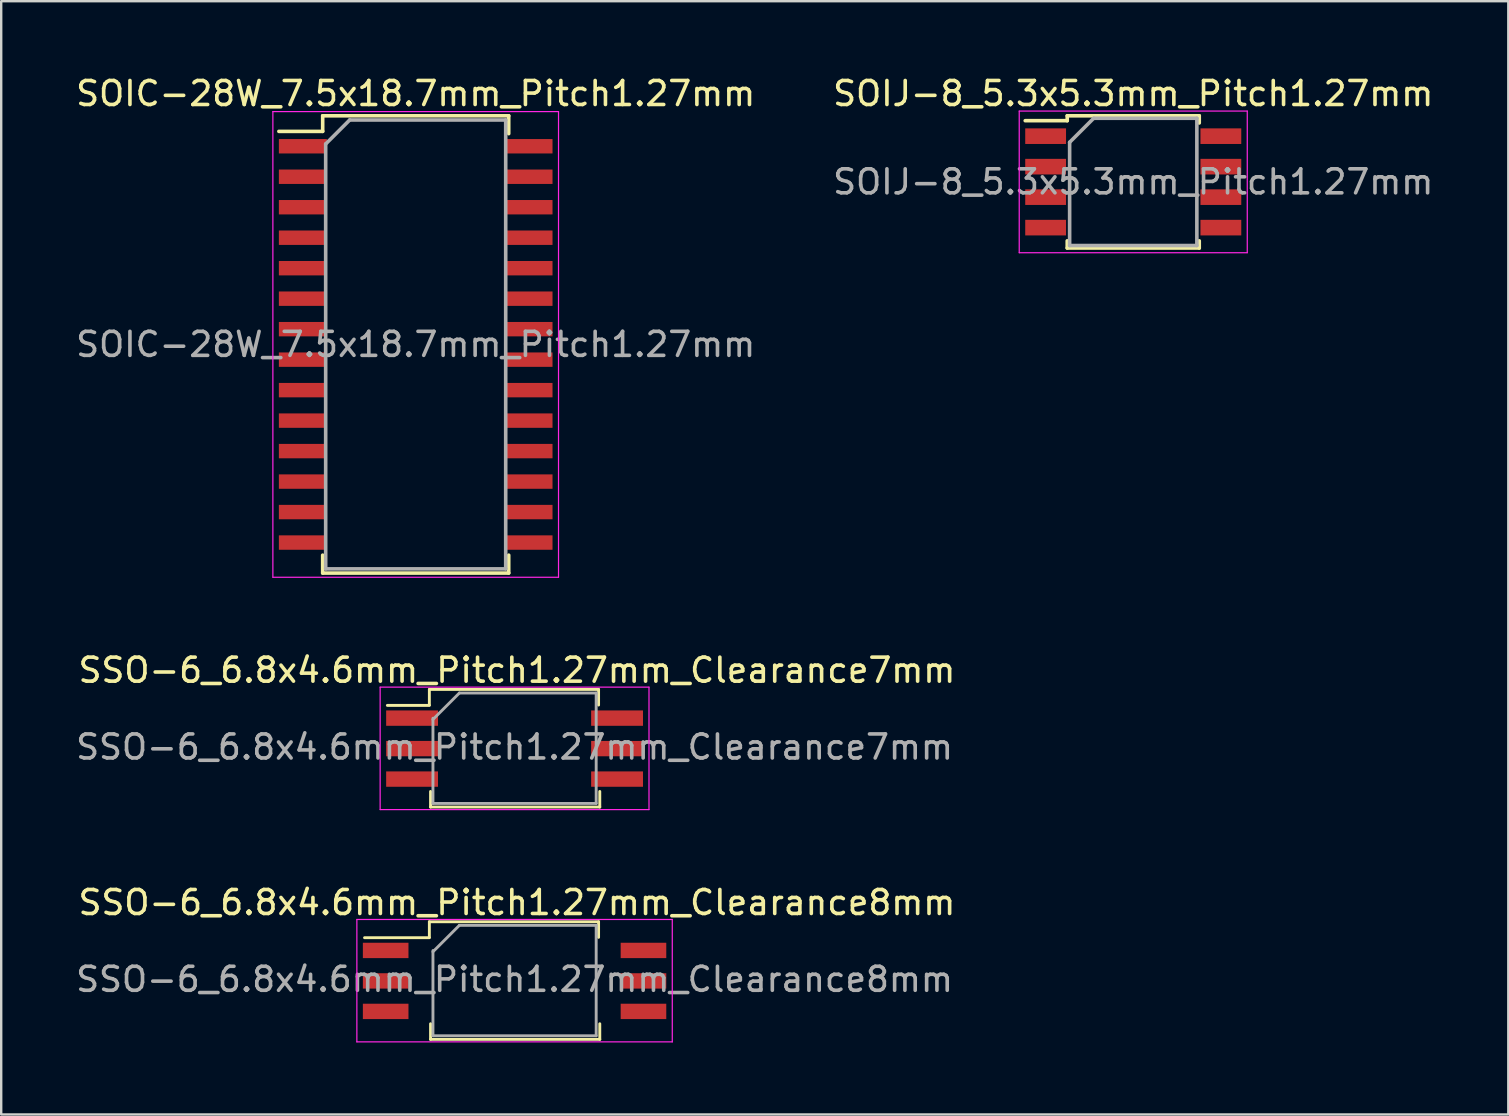
<source format=kicad_pcb>
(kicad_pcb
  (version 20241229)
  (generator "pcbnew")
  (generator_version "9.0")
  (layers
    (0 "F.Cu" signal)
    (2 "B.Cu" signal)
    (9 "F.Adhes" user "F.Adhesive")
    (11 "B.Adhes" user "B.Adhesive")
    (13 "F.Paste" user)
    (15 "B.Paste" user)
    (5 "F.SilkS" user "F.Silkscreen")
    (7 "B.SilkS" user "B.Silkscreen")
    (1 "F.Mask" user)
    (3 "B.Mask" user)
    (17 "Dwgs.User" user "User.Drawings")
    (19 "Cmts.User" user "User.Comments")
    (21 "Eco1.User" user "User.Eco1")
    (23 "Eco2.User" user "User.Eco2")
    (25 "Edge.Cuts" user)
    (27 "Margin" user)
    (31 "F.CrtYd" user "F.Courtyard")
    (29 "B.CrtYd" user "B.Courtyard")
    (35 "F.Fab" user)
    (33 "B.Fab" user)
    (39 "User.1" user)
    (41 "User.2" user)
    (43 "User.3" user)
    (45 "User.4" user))
  (footprint "SOIC-28W_7.5x18.7mm_Pitch1.27mm"
    (layer "F.Cu")
    (at 14.268 11.298)
    (property "Reference" "SOIC-28W_7.5x18.7mm_Pitch1.27mm" (at 0 -10.45 0) (layer "F.SilkS") (effects (font (size 1 1) (thickness 0.15))))
    (attr smd)
    (fp_line (start -3.875 -9.525) (end -3.875 -8.875) (stroke (width 0.15) (type solid)) (layer "F.SilkS"))
    (fp_line (start -3.875 -9.525) (end 3.875 -9.525) (stroke (width 0.15) (type solid)) (layer "F.SilkS"))
    (fp_line (start -3.875 -8.875) (end -5.7 -8.875) (stroke (width 0.15) (type solid)) (layer "F.SilkS"))
    (fp_line (start -3.875 9.525) (end -3.875 8.78) (stroke (width 0.15) (type solid)) (layer "F.SilkS"))
    (fp_line (start -3.875 9.525) (end 3.875 9.525) (stroke (width 0.15) (type solid)) (layer "F.SilkS"))
    (fp_line (start 3.875 -9.525) (end 3.875 -8.78) (stroke (width 0.15) (type solid)) (layer "F.SilkS"))
    (fp_line (start 3.875 9.525) (end 3.875 8.78) (stroke (width 0.15) (type solid)) (layer "F.SilkS"))
    (fp_line (start -5.95 -9.7) (end -5.95 9.7) (stroke (width 0.05) (type solid)) (layer "F.CrtYd"))
    (fp_line (start -5.95 -9.7) (end 5.95 -9.7) (stroke (width 0.05) (type solid)) (layer "F.CrtYd"))
    (fp_line (start -5.95 9.7) (end 5.95 9.7) (stroke (width 0.05) (type solid)) (layer "F.CrtYd"))
    (fp_line (start 5.95 -9.7) (end 5.95 9.7) (stroke (width 0.05) (type solid)) (layer "F.CrtYd"))
    (fp_line (start -3.75 -8.35) (end -2.75 -9.35) (stroke (width 0.15) (type solid)) (layer "F.Fab"))
    (fp_line (start -3.75 9.35) (end -3.75 -8.35) (stroke (width 0.15) (type solid)) (layer "F.Fab"))
    (fp_line (start -2.75 -9.35) (end 3.75 -9.35) (stroke (width 0.15) (type solid)) (layer "F.Fab"))
    (fp_line (start 3.75 -9.35) (end 3.75 9.35) (stroke (width 0.15) (type solid)) (layer "F.Fab"))
    (fp_line (start 3.75 9.35) (end -3.75 9.35) (stroke (width 0.15) (type solid)) (layer "F.Fab"))
    (fp_text user "${REFERENCE}" (at 0 0 0) (layer "F.Fab") (effects (font (size 1 1) (thickness 0.15))))
    (pad "1" smd rect (at -4.7 -8.255) (size 2 0.6) (layers "F.Cu" "F.Mask" "F.Paste"))
    (pad "2" smd rect (at -4.7 -6.985) (size 2 0.6) (layers "F.Cu" "F.Mask" "F.Paste"))
    (pad "3" smd rect (at -4.7 -5.715) (size 2 0.6) (layers "F.Cu" "F.Mask" "F.Paste"))
    (pad "4" smd rect (at -4.7 -4.445) (size 2 0.6) (layers "F.Cu" "F.Mask" "F.Paste"))
    (pad "5" smd rect (at -4.7 -3.175) (size 2 0.6) (layers "F.Cu" "F.Mask" "F.Paste"))
    (pad "6" smd rect (at -4.7 -1.905) (size 2 0.6) (layers "F.Cu" "F.Mask" "F.Paste"))
    (pad "7" smd rect (at -4.7 -0.635) (size 2 0.6) (layers "F.Cu" "F.Mask" "F.Paste"))
    (pad "8" smd rect (at -4.7 0.635) (size 2 0.6) (layers "F.Cu" "F.Mask" "F.Paste"))
    (pad "9" smd rect (at -4.7 1.905) (size 2 0.6) (layers "F.Cu" "F.Mask" "F.Paste"))
    (pad "10" smd rect (at -4.7 3.175) (size 2 0.6) (layers "F.Cu" "F.Mask" "F.Paste"))
    (pad "11" smd rect (at -4.7 4.445) (size 2 0.6) (layers "F.Cu" "F.Mask" "F.Paste"))
    (pad "12" smd rect (at -4.7 5.715) (size 2 0.6) (layers "F.Cu" "F.Mask" "F.Paste"))
    (pad "13" smd rect (at -4.7 6.985) (size 2 0.6) (layers "F.Cu" "F.Mask" "F.Paste"))
    (pad "14" smd rect (at -4.7 8.255) (size 2 0.6) (layers "F.Cu" "F.Mask" "F.Paste"))
    (pad "15" smd rect (at 4.7 8.255) (size 2 0.6) (layers "F.Cu" "F.Mask" "F.Paste"))
    (pad "16" smd rect (at 4.7 6.985) (size 2 0.6) (layers "F.Cu" "F.Mask" "F.Paste"))
    (pad "17" smd rect (at 4.7 5.715) (size 2 0.6) (layers "F.Cu" "F.Mask" "F.Paste"))
    (pad "18" smd rect (at 4.7 4.445) (size 2 0.6) (layers "F.Cu" "F.Mask" "F.Paste"))
    (pad "19" smd rect (at 4.7 3.175) (size 2 0.6) (layers "F.Cu" "F.Mask" "F.Paste"))
    (pad "20" smd rect (at 4.7 1.905) (size 2 0.6) (layers "F.Cu" "F.Mask" "F.Paste"))
    (pad "21" smd rect (at 4.7 0.635) (size 2 0.6) (layers "F.Cu" "F.Mask" "F.Paste"))
    (pad "22" smd rect (at 4.7 -0.635) (size 2 0.6) (layers "F.Cu" "F.Mask" "F.Paste"))
    (pad "23" smd rect (at 4.7 -1.905) (size 2 0.6) (layers "F.Cu" "F.Mask" "F.Paste"))
    (pad "24" smd rect (at 4.7 -3.175) (size 2 0.6) (layers "F.Cu" "F.Mask" "F.Paste"))
    (pad "25" smd rect (at 4.7 -4.445) (size 2 0.6) (layers "F.Cu" "F.Mask" "F.Paste"))
    (pad "26" smd rect (at 4.7 -5.715) (size 2 0.6) (layers "F.Cu" "F.Mask" "F.Paste"))
    (pad "27" smd rect (at 4.7 -6.985) (size 2 0.6) (layers "F.Cu" "F.Mask" "F.Paste"))
    (pad "28" smd rect (at 4.7 -8.255) (size 2 0.6) (layers "F.Cu" "F.Mask" "F.Paste")))
  (footprint "SOIJ-8_5.3x5.3mm_Pitch1.27mm"
    (layer "F.Cu")
    (at 44.161 4.528)
    (property "Reference" "SOIJ-8_5.3x5.3mm_Pitch1.27mm" (at 0 -3.68 0) (layer "F.SilkS") (effects (font (size 1 1) (thickness 0.15))))
    (attr smd)
    (fp_line (start -2.75 -2.755) (end -2.75 -2.55) (stroke (width 0.15) (type solid)) (layer "F.SilkS"))
    (fp_line (start -2.75 -2.755) (end 2.75 -2.755) (stroke (width 0.15) (type solid)) (layer "F.SilkS"))
    (fp_line (start -2.75 -2.55) (end -4.5 -2.55) (stroke (width 0.15) (type solid)) (layer "F.SilkS"))
    (fp_line (start -2.75 2.755) (end -2.75 2.455) (stroke (width 0.15) (type solid)) (layer "F.SilkS"))
    (fp_line (start -2.75 2.755) (end 2.75 2.755) (stroke (width 0.15) (type solid)) (layer "F.SilkS"))
    (fp_line (start 2.75 -2.755) (end 2.75 -2.455) (stroke (width 0.15) (type solid)) (layer "F.SilkS"))
    (fp_line (start 2.75 2.755) (end 2.75 2.455) (stroke (width 0.15) (type solid)) (layer "F.SilkS"))
    (fp_line (start -4.75 -2.95) (end -4.75 2.95) (stroke (width 0.05) (type solid)) (layer "F.CrtYd"))
    (fp_line (start -4.75 -2.95) (end 4.75 -2.95) (stroke (width 0.05) (type solid)) (layer "F.CrtYd"))
    (fp_line (start -4.75 2.95) (end 4.75 2.95) (stroke (width 0.05) (type solid)) (layer "F.CrtYd"))
    (fp_line (start 4.75 -2.95) (end 4.75 2.95) (stroke (width 0.05) (type solid)) (layer "F.CrtYd"))
    (fp_line (start -2.65 -1.65) (end -1.65 -2.65) (stroke (width 0.15) (type solid)) (layer "F.Fab"))
    (fp_line (start -2.65 2.65) (end -2.65 -1.65) (stroke (width 0.15) (type solid)) (layer "F.Fab"))
    (fp_line (start -1.65 -2.65) (end 2.65 -2.65) (stroke (width 0.15) (type solid)) (layer "F.Fab"))
    (fp_line (start 2.65 -2.65) (end 2.65 2.65) (stroke (width 0.15) (type solid)) (layer "F.Fab"))
    (fp_line (start 2.65 2.65) (end -2.65 2.65) (stroke (width 0.15) (type solid)) (layer "F.Fab"))
    (fp_text user "${REFERENCE}" (at 0 0 0) (layer "F.Fab") (effects (font (size 1 1) (thickness 0.15))))
    (pad "1" smd rect (at -3.65 -1.905) (size 1.7 0.65) (layers "F.Cu" "F.Mask" "F.Paste"))
    (pad "2" smd rect (at -3.65 -0.635) (size 1.7 0.65) (layers "F.Cu" "F.Mask" "F.Paste"))
    (pad "3" smd rect (at -3.65 0.635) (size 1.7 0.65) (layers "F.Cu" "F.Mask" "F.Paste"))
    (pad "4" smd rect (at -3.65 1.905) (size 1.7 0.65) (layers "F.Cu" "F.Mask" "F.Paste"))
    (pad "5" smd rect (at 3.65 1.905) (size 1.7 0.65) (layers "F.Cu" "F.Mask" "F.Paste"))
    (pad "6" smd rect (at 3.65 0.635) (size 1.7 0.65) (layers "F.Cu" "F.Mask" "F.Paste"))
    (pad "7" smd rect (at 3.65 -0.635) (size 1.7 0.65) (layers "F.Cu" "F.Mask" "F.Paste"))
    (pad "8" smd rect (at 3.65 -1.905) (size 1.7 0.65) (layers "F.Cu" "F.Mask" "F.Paste")))
  (footprint "SSO-6_6.8x4.6mm_Pitch1.27mm_Clearance7mm"
    (layer "F.Cu")
    (at 18.387 28.137)
    (property "Reference" "SSO-6_6.8x4.6mm_Pitch1.27mm_Clearance7mm" (at 0.1 -3.265 0) (layer "F.SilkS") (effects (font (size 1 1) (thickness 0.15))))
    (attr smd)
    (fp_line (start -3.55 -2.465) (end -3.55 -1.815) (stroke (width 0.12) (type solid)) (layer "F.SilkS"))
    (fp_line (start -3.55 -1.8) (end -5.3 -1.8) (stroke (width 0.12) (type solid)) (layer "F.SilkS"))
    (fp_line (start -3.5 1.785) (end -3.5 2.435) (stroke (width 0.12) (type solid)) (layer "F.SilkS"))
    (fp_line (start -3.5 2.435) (end 3.55 2.435) (stroke (width 0.12) (type solid)) (layer "F.SilkS"))
    (fp_line (start 3.5 -2.465) (end -3.55 -2.465) (stroke (width 0.12) (type solid)) (layer "F.SilkS"))
    (fp_line (start 3.5 -2.465) (end 3.5 -1.815) (stroke (width 0.12) (type solid)) (layer "F.SilkS"))
    (fp_line (start 3.55 1.785) (end 3.55 2.435) (stroke (width 0.12) (type solid)) (layer "F.SilkS"))
    (fp_line (start -5.6 -2.56) (end -5.6 2.54) (stroke (width 0.05) (type solid)) (layer "F.CrtYd"))
    (fp_line (start -5.6 -2.56) (end 5.6 -2.56) (stroke (width 0.05) (type solid)) (layer "F.CrtYd"))
    (fp_line (start 5.6 2.54) (end -5.6 2.54) (stroke (width 0.05) (type solid)) (layer "F.CrtYd"))
    (fp_line (start 5.6 2.54) (end 5.6 -2.56) (stroke (width 0.05) (type solid)) (layer "F.CrtYd"))
    (fp_line (start -3.4 2.285) (end -3.4 -1.265) (stroke (width 0.12) (type solid)) (layer "F.Fab"))
    (fp_line (start -2.3 -2.315) (end -3.4 -1.215) (stroke (width 0.12) (type solid)) (layer "F.Fab"))
    (fp_line (start 3.4 -2.315) (end -2.3 -2.315) (stroke (width 0.12) (type solid)) (layer "F.Fab"))
    (fp_line (start 3.4 -2.315) (end 3.4 2.285) (stroke (width 0.12) (type solid)) (layer "F.Fab"))
    (fp_line (start 3.4 2.285) (end -3.4 2.285) (stroke (width 0.12) (type solid)) (layer "F.Fab"))
    (fp_text user "${REFERENCE}" (at 0 -0.065 0) (layer "F.Fab") (effects (font (size 1 1) (thickness 0.15))))
    (pad "1" smd rect (at -4.27 -1.27) (size 2.16 0.64) (layers "F.Cu" "F.Mask" "F.Paste"))
    (pad "2" smd rect (at -4.27 0) (size 2.16 0.64) (layers "F.Cu" "F.Mask" "F.Paste"))
    (pad "3" smd rect (at -4.27 1.27) (size 2.16 0.64) (layers "F.Cu" "F.Mask" "F.Paste"))
    (pad "4" smd rect (at 4.27 1.27) (size 2.16 0.64) (layers "F.Cu" "F.Mask" "F.Paste"))
    (pad "5" smd rect (at 4.27 0) (size 2.16 0.64) (layers "F.Cu" "F.Mask" "F.Paste"))
    (pad "6" smd rect (at 4.27 -1.27) (size 2.16 0.64) (layers "F.Cu" "F.Mask" "F.Paste")))
  (footprint "SSO-6_6.8x4.6mm_Pitch1.27mm_Clearance8mm"
    (layer "F.Cu")
    (at 18.387 37.815)
    (property "Reference" "SSO-6_6.8x4.6mm_Pitch1.27mm_Clearance8mm" (at 0.1 -3.265 0) (layer "F.SilkS") (effects (font (size 1 1) (thickness 0.15))))
    (attr smd)
    (fp_line (start -3.55 -2.465) (end -3.55 -1.815) (stroke (width 0.12) (type solid)) (layer "F.SilkS"))
    (fp_line (start -3.55 -1.8) (end -6.25 -1.8) (stroke (width 0.12) (type solid)) (layer "F.SilkS"))
    (fp_line (start -3.5 1.785) (end -3.5 2.435) (stroke (width 0.12) (type solid)) (layer "F.SilkS"))
    (fp_line (start -3.5 2.435) (end 3.55 2.435) (stroke (width 0.12) (type solid)) (layer "F.SilkS"))
    (fp_line (start 3.5 -2.465) (end -3.55 -2.465) (stroke (width 0.12) (type solid)) (layer "F.SilkS"))
    (fp_line (start 3.5 -2.465) (end 3.5 -1.815) (stroke (width 0.12) (type solid)) (layer "F.SilkS"))
    (fp_line (start 3.55 1.785) (end 3.55 2.435) (stroke (width 0.12) (type solid)) (layer "F.SilkS"))
    (fp_line (start -6.57 -2.56) (end -6.57 2.54) (stroke (width 0.05) (type solid)) (layer "F.CrtYd"))
    (fp_line (start -6.57 -2.56) (end 6.57 -2.56) (stroke (width 0.05) (type solid)) (layer "F.CrtYd"))
    (fp_line (start 6.57 2.54) (end -6.57 2.54) (stroke (width 0.05) (type solid)) (layer "F.CrtYd"))
    (fp_line (start 6.57 2.54) (end 6.57 -2.56) (stroke (width 0.05) (type solid)) (layer "F.CrtYd"))
    (fp_line (start -3.4 2.285) (end -3.4 -1.265) (stroke (width 0.12) (type solid)) (layer "F.Fab"))
    (fp_line (start -2.3 -2.315) (end -3.4 -1.215) (stroke (width 0.12) (type solid)) (layer "F.Fab"))
    (fp_line (start 3.4 -2.315) (end -2.3 -2.315) (stroke (width 0.12) (type solid)) (layer "F.Fab"))
    (fp_line (start 3.4 -2.315) (end 3.4 2.285) (stroke (width 0.12) (type solid)) (layer "F.Fab"))
    (fp_line (start 3.4 2.285) (end -3.4 2.285) (stroke (width 0.12) (type solid)) (layer "F.Fab"))
    (fp_text user "${REFERENCE}" (at 0 -0.065 0) (layer "F.Fab") (effects (font (size 1 1) (thickness 0.15))))
    (pad "1" smd rect (at -5.37 -1.27) (size 1.9 0.64) (layers "F.Cu" "F.Mask" "F.Paste"))
    (pad "2" smd rect (at -5.37 0) (size 1.9 0.64) (layers "F.Cu" "F.Mask" "F.Paste"))
    (pad "3" smd rect (at -5.37 1.27) (size 1.9 0.64) (layers "F.Cu" "F.Mask" "F.Paste"))
    (pad "4" smd rect (at 5.37 1.27) (size 1.9 0.64) (layers "F.Cu" "F.Mask" "F.Paste"))
    (pad "5" smd rect (at 5.37 0) (size 1.9 0.64) (layers "F.Cu" "F.Mask" "F.Paste"))
    (pad "6" smd rect (at 5.37 -1.27) (size 1.9 0.64) (layers "F.Cu" "F.Mask" "F.Paste")))
  (gr_rect
    (start -3 -3)
    (end 59.786 43.38)
    (stroke (width 0.1) (type default))
    (fill no)
    (layer "Edge.Cuts")))
</source>
